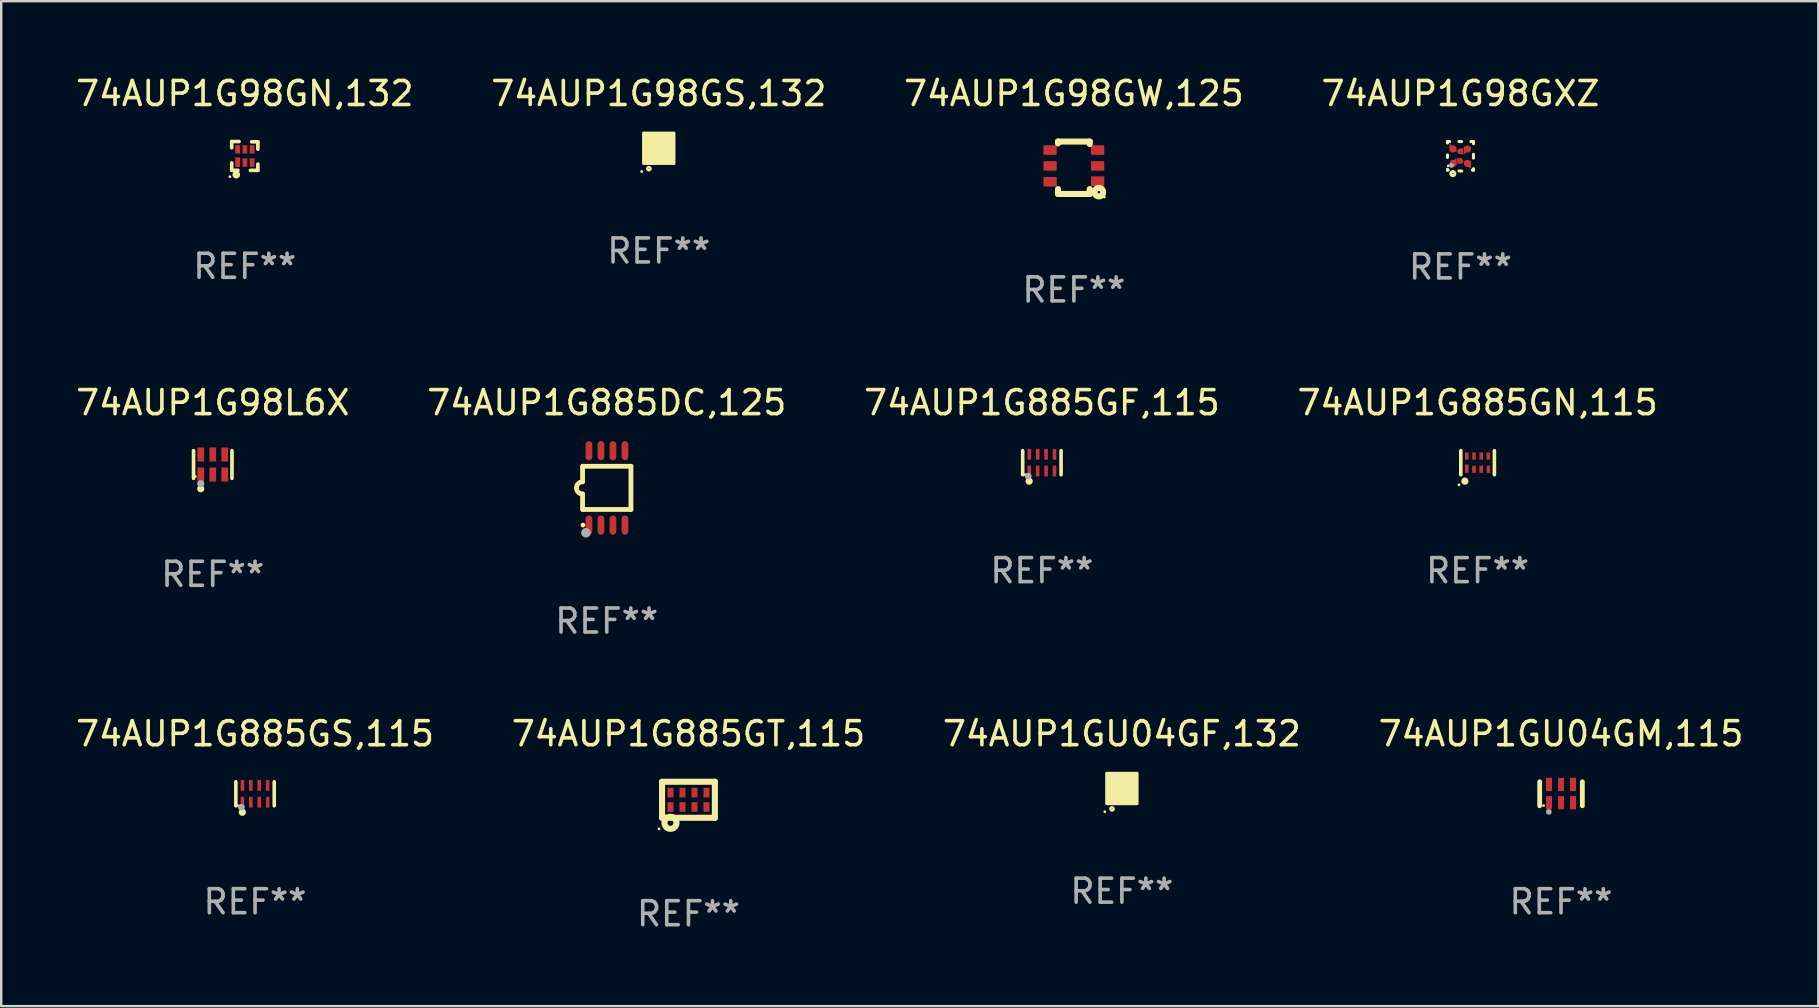
<source format=kicad_pcb>
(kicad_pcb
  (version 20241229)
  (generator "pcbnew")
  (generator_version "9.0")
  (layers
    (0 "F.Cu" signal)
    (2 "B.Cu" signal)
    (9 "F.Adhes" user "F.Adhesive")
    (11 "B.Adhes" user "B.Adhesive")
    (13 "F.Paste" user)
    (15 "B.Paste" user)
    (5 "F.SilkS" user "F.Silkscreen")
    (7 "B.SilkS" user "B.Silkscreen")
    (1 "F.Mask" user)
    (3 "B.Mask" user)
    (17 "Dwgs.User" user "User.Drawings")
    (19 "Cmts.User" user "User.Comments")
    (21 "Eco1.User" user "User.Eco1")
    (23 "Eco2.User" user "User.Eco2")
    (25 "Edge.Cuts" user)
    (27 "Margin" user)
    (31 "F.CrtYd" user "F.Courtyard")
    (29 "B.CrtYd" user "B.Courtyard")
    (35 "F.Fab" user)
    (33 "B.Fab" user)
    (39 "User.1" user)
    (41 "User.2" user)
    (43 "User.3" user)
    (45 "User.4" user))
  (footprint "74AUP1GU04GF,132"
    (layer "F.Cu")
    (at 43.696 29.805)
    (property "Reference" "74AUP1GU04GF,132" (at 0 -2.28 0) (layer "F.SilkS") (effects (font (size 1 1) (thickness 0.15))))
    (attr through_hole)
    (fp_circle (center -0.71 0.968) (end -0.68 0.968) (stroke (width 0.06) (type solid)) (fill no) (layer "F.SilkS"))
    (fp_circle (center -0.41 0.85) (end -0.342 0.85) (stroke (width 0.1) (type solid)) (fill no) (layer "F.SilkS"))
    (fp_poly (pts (xy -0.635 -0.635) (xy 0.635 -0.635) (xy 0.635 0.635) (xy -0.635 0.635)) (stroke (width 0.12) (type solid)) (fill yes) (layer "F.SilkS"))
    (fp_text user "REF**" (at 0 4.28 0) (layer "F.Fab") (effects (font (size 1 1) (thickness 0.15))))
    (pad "1" smd rect (at -0.35 0.28 90) (size 0.35 0.2) (layers "F.Cu" "F.Mask" "F.Paste"))
    (pad "2" smd rect (at 0 0.28 90) (size 0.35 0.2) (layers "F.Cu" "F.Mask" "F.Paste"))
    (pad "3" smd rect (at 0.35 0.28 90) (size 0.35 0.2) (layers "F.Cu" "F.Mask" "F.Paste"))
    (pad "4" smd rect (at 0.35 -0.28 90) (size 0.35 0.2) (layers "F.Cu" "F.Mask" "F.Paste"))
    (pad "5" smd rect (at 0 -0.28 90) (size 0.35 0.2) (layers "F.Cu" "F.Mask" "F.Paste"))
    (pad "6" smd rect (at -0.35 -0.28 90) (size 0.35 0.2) (layers "F.Cu" "F.Mask" "F.Paste")))
  (footprint "74AUP1G885DC,125"
    (layer "F.Cu")
    (at 22.232 17.279)
    (property "Reference" "74AUP1G885DC,125" (at 0 -3.55 0) (layer "F.SilkS") (effects (font (size 1 1) (thickness 0.15))))
    (attr through_hole)
    (fp_line (start -1.008 -0.254) (end -1.008 -0.9) (stroke (width 0.2) (type solid)) (layer "F.SilkS"))
    (fp_line (start -1.008 0.254) (end -1.008 0.9) (stroke (width 0.2) (type solid)) (layer "F.SilkS"))
    (fp_line (start -0.992 0.9) (end 1.008 0.9) (stroke (width 0.2) (type solid)) (layer "F.SilkS"))
    (fp_line (start 1.008 -0.9) (end -0.992 -0.9) (stroke (width 0.2) (type solid)) (layer "F.SilkS"))
    (fp_line (start 1.008 0.9) (end 1.008 -0.9) (stroke (width 0.2) (type solid)) (layer "F.SilkS"))
    (fp_arc (start -1.008001 0.254001) (mid -1.262002 0) (end -1.008001 -0.254001) (stroke (width 0.2) (type solid)) (layer "F.SilkS"))
    (fp_circle (center -0.992 1.55) (end -0.942 1.55) (stroke (width 0.1) (type solid)) (fill no) (layer "F.SilkS"))
    (fp_circle (center -0.866 1.87) (end -0.766 1.87) (stroke (width 0.2) (type solid)) (fill no) (layer "F.Fab"))
    (fp_text user "REF**" (at 0 5.55 0) (layer "F.Fab") (effects (font (size 1 1) (thickness 0.15))))
    (pad "1" smd oval (at -0.742 1.55 270) (size 0.8 0.28) (layers "F.Cu" "F.Mask" "F.Paste"))
    (pad "2" smd oval (at -0.242 1.55 270) (size 0.8 0.28) (layers "F.Cu" "F.Mask" "F.Paste"))
    (pad "3" smd oval (at 0.258 1.55 270) (size 0.8 0.28) (layers "F.Cu" "F.Mask" "F.Paste"))
    (pad "4" smd oval (at 0.758 1.55 270) (size 0.8 0.28) (layers "F.Cu" "F.Mask" "F.Paste"))
    (pad "5" smd oval (at 0.758 -1.55 270) (size 0.8 0.28) (layers "F.Cu" "F.Mask" "F.Paste"))
    (pad "6" smd oval (at 0.258 -1.55 270) (size 0.8 0.28) (layers "F.Cu" "F.Mask" "F.Paste"))
    (pad "7" smd oval (at -0.242 -1.55 270) (size 0.8 0.28) (layers "F.Cu" "F.Mask" "F.Paste"))
    (pad "8" smd oval (at -0.742 -1.55 270) (size 0.8 0.28) (layers "F.Cu" "F.Mask" "F.Paste")))
  (footprint "74AUP1G885GN,115"
    (layer "F.Cu")
    (at 58.518 16.229)
    (property "Reference" "74AUP1G885GN,115" (at 0 -2.5 0) (layer "F.SilkS") (effects (font (size 1 1) (thickness 0.15))))
    (attr through_hole)
    (fp_line (start -0.7 -0.5) (end -0.7 0.5) (stroke (width 0.15) (type solid)) (layer "F.SilkS"))
    (fp_line (start 0.7 -0.5) (end 0.7 0.5) (stroke (width 0.15) (type solid)) (layer "F.SilkS"))
    (fp_circle (center -0.775 0.922) (end -0.745 0.922) (stroke (width 0.06) (type solid)) (fill no) (layer "F.SilkS"))
    (fp_circle (center -0.53 0.77) (end -0.454 0.77) (stroke (width 0.15) (type solid)) (fill no) (layer "F.SilkS"))
    (fp_text user "REF**" (at 0 4.5 0) (layer "F.Fab") (effects (font (size 1 1) (thickness 0.15))))
    (pad "1" smd rect (at -0.45 0.25) (size 0.15 0.35) (layers "F.Cu" "F.Mask" "F.Paste"))
    (pad "2" smd rect (at -0.15 0.275) (size 0.15 0.3) (layers "F.Cu" "F.Mask" "F.Paste"))
    (pad "3" smd rect (at 0.15 0.275) (size 0.15 0.3) (layers "F.Cu" "F.Mask" "F.Paste"))
    (pad "4" smd rect (at 0.45 0.275) (size 0.15 0.3) (layers "F.Cu" "F.Mask" "F.Paste"))
    (pad "5" smd rect (at 0.45 -0.275) (size 0.15 0.3) (layers "F.Cu" "F.Mask" "F.Paste"))
    (pad "6" smd rect (at 0.15 -0.275) (size 0.15 0.3) (layers "F.Cu" "F.Mask" "F.Paste"))
    (pad "7" smd rect (at -0.15 -0.275) (size 0.15 0.3) (layers "F.Cu" "F.Mask" "F.Paste"))
    (pad "8" smd rect (at -0.45 -0.275) (size 0.15 0.3) (layers "F.Cu" "F.Mask" "F.Paste")))
  (footprint "74AUP1G885GS,115"
    (layer "F.Cu")
    (at 7.577 30.025)
    (property "Reference" "74AUP1G885GS,115" (at 0 -2.5 0) (layer "F.SilkS") (effects (font (size 1 1) (thickness 0.15))))
    (attr through_hole)
    (fp_line (start -0.8 -0.5) (end -0.8 0.5) (stroke (width 0.15) (type solid)) (layer "F.SilkS"))
    (fp_line (start 0.8 -0.5) (end 0.8 0.5) (stroke (width 0.15) (type solid)) (layer "F.SilkS"))
    (fp_circle (center -0.7 0.5) (end -0.67 0.5) (stroke (width 0.06) (type solid)) (fill no) (layer "F.SilkS"))
    (fp_circle (center -0.53 0.77) (end -0.454 0.77) (stroke (width 0.15) (type solid)) (fill no) (layer "F.SilkS"))
    (fp_circle (center -0.57 0.56) (end -0.5 0.56) (stroke (width 0.14) (type solid)) (fill no) (layer "F.Fab"))
    (fp_text user "REF**" (at 0 4.5 0) (layer "F.Fab") (effects (font (size 1 1) (thickness 0.15))))
    (pad "1" smd rect (at -0.525 0.35) (size 0.15 0.45) (layers "F.Cu" "F.Mask" "F.Paste"))
    (pad "2" smd rect (at -0.175 0.35) (size 0.15 0.45) (layers "F.Cu" "F.Mask" "F.Paste"))
    (pad "3" smd rect (at 0.175 0.35) (size 0.15 0.45) (layers "F.Cu" "F.Mask" "F.Paste"))
    (pad "4" smd rect (at 0.525 0.35) (size 0.15 0.45) (layers "F.Cu" "F.Mask" "F.Paste"))
    (pad "5" smd rect (at 0.525 -0.35) (size 0.15 0.45) (layers "F.Cu" "F.Mask" "F.Paste"))
    (pad "6" smd rect (at 0.175 -0.35) (size 0.15 0.45) (layers "F.Cu" "F.Mask" "F.Paste"))
    (pad "7" smd rect (at -0.175 -0.35) (size 0.15 0.45) (layers "F.Cu" "F.Mask" "F.Paste"))
    (pad "8" smd rect (at -0.525 -0.35) (size 0.15 0.45) (layers "F.Cu" "F.Mask" "F.Paste")))
  (footprint "74AUP1G98GN,132"
    (layer "F.Cu")
    (at 7.149 3.448)
    (property "Reference" "74AUP1G98GN,132" (at 0 -2.6 0) (layer "F.SilkS") (effects (font (size 1 1) (thickness 0.15))))
    (attr through_hole)
    (fp_line (start -0.545 -0.6) (end -0.235 -0.6) (stroke (width 0.15) (type solid)) (layer "F.SilkS"))
    (fp_line (start -0.545 -0.34) (end -0.545 -0.6) (stroke (width 0.15) (type solid)) (layer "F.SilkS"))
    (fp_line (start -0.545 0.6) (end -0.545 0.29) (stroke (width 0.15) (type solid)) (layer "F.SilkS"))
    (fp_line (start -0.285 0.6) (end -0.545 0.6) (stroke (width 0.15) (type solid)) (layer "F.SilkS"))
    (fp_line (start 0.285 -0.59) (end 0.545 -0.59) (stroke (width 0.15) (type solid)) (layer "F.SilkS"))
    (fp_line (start 0.545 -0.59) (end 0.545 -0.28) (stroke (width 0.15) (type solid)) (layer "F.SilkS"))
    (fp_line (start 0.545 0.34) (end 0.545 0.6) (stroke (width 0.15) (type solid)) (layer "F.SilkS"))
    (fp_line (start 0.545 0.6) (end 0.235 0.6) (stroke (width 0.15) (type solid)) (layer "F.SilkS"))
    (fp_circle (center -0.62 0.865) (end -0.59 0.865) (stroke (width 0.06) (type solid)) (fill no) (layer "F.SilkS"))
    (fp_circle (center -0.355 0.78) (end -0.345 0.78) (stroke (width 0.15) (type solid)) (fill no) (layer "F.SilkS"))
    (fp_text user "REF**" (at 0 4.6 0) (layer "F.Fab") (effects (font (size 1 1) (thickness 0.15))))
    (pad "1" smd rect (at -0.295 0.26) (size 0.2 0.4) (layers "F.Cu" "F.Mask" "F.Paste"))
    (pad "2" smd rect (at 0.005 0.275) (size 0.2 0.35) (layers "F.Cu" "F.Mask" "F.Paste"))
    (pad "3" smd rect (at 0.305 0.275) (size 0.2 0.35) (layers "F.Cu" "F.Mask" "F.Paste"))
    (pad "4" smd rect (at 0.305 -0.275) (size 0.2 0.35) (layers "F.Cu" "F.Mask" "F.Paste"))
    (pad "5" smd rect (at 0.005 -0.275) (size 0.2 0.35) (layers "F.Cu" "F.Mask" "F.Paste"))
    (pad "6" smd rect (at -0.295 -0.275) (size 0.2 0.35) (layers "F.Cu" "F.Mask" "F.Paste")))
  (footprint "74AUP1G885GF,115"
    (layer "F.Cu")
    (at 40.363 16.229)
    (property "Reference" "74AUP1G885GF,115" (at 0 -2.5 0) (layer "F.SilkS") (effects (font (size 1 1) (thickness 0.15))))
    (attr through_hole)
    (fp_line (start -0.8 -0.5) (end -0.8 0.5) (stroke (width 0.15) (type solid)) (layer "F.SilkS"))
    (fp_line (start 0.8 -0.5) (end 0.8 0.5) (stroke (width 0.15) (type solid)) (layer "F.SilkS"))
    (fp_circle (center -0.7 0.5) (end -0.67 0.5) (stroke (width 0.06) (type solid)) (fill no) (layer "F.SilkS"))
    (fp_circle (center -0.53 0.77) (end -0.454 0.77) (stroke (width 0.15) (type solid)) (fill no) (layer "F.SilkS"))
    (fp_circle (center -0.57 0.56) (end -0.5 0.56) (stroke (width 0.14) (type solid)) (fill no) (layer "F.Fab"))
    (fp_text user "REF**" (at 0 4.5 0) (layer "F.Fab") (effects (font (size 1 1) (thickness 0.15))))
    (pad "1" smd rect (at -0.525 0.35) (size 0.15 0.45) (layers "F.Cu" "F.Mask" "F.Paste"))
    (pad "2" smd rect (at -0.175 0.35) (size 0.15 0.45) (layers "F.Cu" "F.Mask" "F.Paste"))
    (pad "3" smd rect (at 0.175 0.35) (size 0.15 0.45) (layers "F.Cu" "F.Mask" "F.Paste"))
    (pad "4" smd rect (at 0.525 0.35) (size 0.15 0.45) (layers "F.Cu" "F.Mask" "F.Paste"))
    (pad "5" smd rect (at 0.525 -0.35) (size 0.15 0.45) (layers "F.Cu" "F.Mask" "F.Paste"))
    (pad "6" smd rect (at 0.175 -0.35) (size 0.15 0.45) (layers "F.Cu" "F.Mask" "F.Paste"))
    (pad "7" smd rect (at -0.175 -0.35) (size 0.15 0.45) (layers "F.Cu" "F.Mask" "F.Paste"))
    (pad "8" smd rect (at -0.525 -0.35) (size 0.15 0.45) (layers "F.Cu" "F.Mask" "F.Paste")))
  (footprint "74AUP1GU04GM,115"
    (layer "F.Cu")
    (at 61.994 30.025)
    (property "Reference" "74AUP1GU04GM,115" (at 0 -2.5 0) (layer "F.SilkS") (effects (font (size 1 1) (thickness 0.15))))
    (attr through_hole)
    (fp_line (start -0.889 0.5) (end -0.889 -0.5) (stroke (width 0.2) (type solid)) (layer "F.SilkS"))
    (fp_line (start 0.889 0.5) (end 0.889 -0.5) (stroke (width 0.2) (type solid)) (layer "F.SilkS"))
    (fp_circle (center -0.725 0.492) (end -0.695 0.492) (stroke (width 0.06) (type solid)) (fill no) (layer "F.SilkS"))
    (fp_circle (center -0.508 0.754) (end -0.448 0.754) (stroke (width 0.12) (type solid)) (fill no) (layer "F.Fab"))
    (fp_text user "REF**" (at 0 4.5 0) (layer "F.Fab") (effects (font (size 1 1) (thickness 0.15))))
    (pad "1" smd rect (at -0.5 0.372) (size 0.25 0.55) (layers "F.Cu" "F.Mask" "F.Paste"))
    (pad "2" smd rect (at -0.000127 0.372) (size 0.25 0.55) (layers "F.Cu" "F.Mask" "F.Paste"))
    (pad "3" smd rect (at 0.5 0.372) (size 0.25 0.55) (layers "F.Cu" "F.Mask" "F.Paste"))
    (pad "4" smd rect (at 0.5 -0.388 180) (size 0.25 0.55) (layers "F.Cu" "F.Mask" "F.Paste"))
    (pad "5" smd rect (at -0.000127 -0.388 180) (size 0.25 0.55) (layers "F.Cu" "F.Mask" "F.Paste"))
    (pad "6" smd rect (at -0.5 -0.388 180) (size 0.25 0.55) (layers "F.Cu" "F.Mask" "F.Paste")))
  (footprint "74AUP1G98GW,125"
    (layer "F.Cu")
    (at 41.696 3.94)
    (property "Reference" "74AUP1G98GW,125" (at 0 -3.092 0) (layer "F.SilkS") (effects (font (size 1 1) (thickness 0.15))))
    (attr through_hole)
    (fp_line (start -0.66 -1.092) (end -0.66 -1.016) (stroke (width 0.254) (type solid)) (layer "F.SilkS"))
    (fp_line (start -0.66 1.092) (end -0.66 0.889) (stroke (width 0.254) (type solid)) (layer "F.SilkS"))
    (fp_line (start 0.66 -1.092) (end -0.66 -1.092) (stroke (width 0.254) (type solid)) (layer "F.SilkS"))
    (fp_line (start 0.66 -0.991) (end 0.66 -1.092) (stroke (width 0.254) (type solid)) (layer "F.SilkS"))
    (fp_line (start 0.66 0.889) (end 0.66 1.092) (stroke (width 0.254) (type solid)) (layer "F.SilkS"))
    (fp_line (start 0.66 1.092) (end -0.66 1.092) (stroke (width 0.254) (type solid)) (layer "F.SilkS"))
    (fp_circle (center 1.041 1.016) (end 1.092 1.016) (stroke (width 0.254) (type solid)) (fill no) (layer "F.SilkS"))
    (fp_circle (center 1.266 1.219) (end 1.296 1.219) (stroke (width 0.06) (type solid)) (fill no) (layer "F.SilkS"))
    (fp_text user "REF**" (at 0 5.092 0) (layer "F.Fab") (effects (font (size 1 1) (thickness 0.15))))
    (pad "1" smd rect (at 0.991 0.559 270) (size 0.399 0.551) (layers "F.Cu" "F.Mask" "F.Paste"))
    (pad "2" smd rect (at 0.991 -0.076 270) (size 0.399 0.551) (layers "F.Cu" "F.Mask" "F.Paste"))
    (pad "3" smd rect (at 0.991 -0.737 270) (size 0.399 0.551) (layers "F.Cu" "F.Mask" "F.Paste"))
    (pad "4" smd rect (at -0.991 -0.737 270) (size 0.399 0.551) (layers "F.Cu" "F.Mask" "F.Paste"))
    (pad "5" smd rect (at -0.991 -0.076 270) (size 0.399 0.551) (layers "F.Cu" "F.Mask" "F.Paste"))
    (pad "6" smd rect (at -0.991 0.584 270) (size 0.399 0.551) (layers "F.Cu" "F.Mask" "F.Paste")))
  (footprint "74AUP1G98GS,132"
    (layer "F.Cu")
    (at 24.399 3.128)
    (property "Reference" "74AUP1G98GS,132" (at 0 -2.28 0) (layer "F.SilkS") (effects (font (size 1 1) (thickness 0.15))))
    (attr through_hole)
    (fp_circle (center -0.71 0.968) (end -0.68 0.968) (stroke (width 0.06) (type solid)) (fill no) (layer "F.SilkS"))
    (fp_circle (center -0.41 0.85) (end -0.342 0.85) (stroke (width 0.1) (type solid)) (fill no) (layer "F.SilkS"))
    (fp_poly (pts (xy -0.635 -0.635) (xy 0.635 -0.635) (xy 0.635 0.635) (xy -0.635 0.635)) (stroke (width 0.12) (type solid)) (fill yes) (layer "F.SilkS"))
    (fp_text user "REF**" (at 0 4.28 0) (layer "F.Fab") (effects (font (size 1 1) (thickness 0.15))))
    (pad "1" smd rect (at -0.35 0.28 90) (size 0.35 0.2) (layers "F.Cu" "F.Mask" "F.Paste"))
    (pad "2" smd rect (at 0 0.28 90) (size 0.35 0.2) (layers "F.Cu" "F.Mask" "F.Paste"))
    (pad "3" smd rect (at 0.35 0.28 90) (size 0.35 0.2) (layers "F.Cu" "F.Mask" "F.Paste"))
    (pad "4" smd rect (at 0.35 -0.28 90) (size 0.35 0.2) (layers "F.Cu" "F.Mask" "F.Paste"))
    (pad "5" smd rect (at 0 -0.28 90) (size 0.35 0.2) (layers "F.Cu" "F.Mask" "F.Paste"))
    (pad "6" smd rect (at -0.35 -0.28 90) (size 0.35 0.2) (layers "F.Cu" "F.Mask" "F.Paste")))
  (footprint "74AUP1G885GT,115"
    (layer "F.Cu")
    (at 25.637 30.275)
    (property "Reference" "74AUP1G885GT,115" (at 0 -2.75 0) (layer "F.SilkS") (effects (font (size 1 1) (thickness 0.15))))
    (attr through_hole)
    (fp_line (start -1.1 -0.75) (end -1.1 0.75) (stroke (width 0.254) (type solid)) (layer "F.SilkS"))
    (fp_line (start -1.1 -0.75) (end 1.1 -0.75) (stroke (width 0.254) (type solid)) (layer "F.SilkS"))
    (fp_line (start -1.1 0.75) (end 1.1 0.75) (stroke (width 0.254) (type solid)) (layer "F.SilkS"))
    (fp_line (start 1.1 -0.75) (end 1.1 0.75) (stroke (width 0.254) (type solid)) (layer "F.SilkS"))
    (fp_circle (center -1.227 1.211) (end -1.197 1.211) (stroke (width 0.06) (type solid)) (fill no) (layer "F.SilkS"))
    (fp_circle (center -0.75 0.96) (end -0.626 0.96) (stroke (width 0.254) (type solid)) (fill no) (layer "F.SilkS"))
    (fp_text user "REF**" (at 0 4.75 0) (layer "F.Fab") (effects (font (size 1 1) (thickness 0.15))))
    (pad "1" smd rect (at -0.75 0.3) (size 0.25 0.4) (layers "F.Cu" "F.Mask" "F.Paste"))
    (pad "2" smd rect (at -0.25 0.3) (size 0.25 0.4) (layers "F.Cu" "F.Mask" "F.Paste"))
    (pad "3" smd rect (at 0.25 0.3) (size 0.25 0.4) (layers "F.Cu" "F.Mask" "F.Paste"))
    (pad "4" smd rect (at 0.75 0.3) (size 0.25 0.4) (layers "F.Cu" "F.Mask" "F.Paste"))
    (pad "5" smd rect (at 0.75 -0.3) (size 0.25 0.4) (layers "F.Cu" "F.Mask" "F.Paste"))
    (pad "6" smd rect (at 0.25 -0.3) (size 0.25 0.4) (layers "F.Cu" "F.Mask" "F.Paste"))
    (pad "7" smd rect (at -0.25 -0.3) (size 0.25 0.4) (layers "F.Cu" "F.Mask" "F.Paste"))
    (pad "8" smd rect (at -0.75 -0.3) (size 0.25 0.4) (layers "F.Cu" "F.Mask" "F.Paste")))
  (footprint "74AUP1G98L6X"
    (layer "F.Cu")
    (at 5.815 16.305)
    (property "Reference" "74AUP1G98L6X" (at 0 -2.576 0) (layer "F.SilkS") (effects (font (size 1 1) (thickness 0.15))))
    (attr through_hole)
    (fp_line (start -0.801 0.576) (end -0.801 -0.576) (stroke (width 0.152) (type solid)) (layer "F.SilkS"))
    (fp_line (start 0.801 0.576) (end 0.801 -0.576) (stroke (width 0.152) (type solid)) (layer "F.SilkS"))
    (fp_circle (center -0.725 0.5) (end -0.695 0.5) (stroke (width 0.06) (type solid)) (fill no) (layer "F.SilkS"))
    (fp_circle (center -0.5 1.01) (end -0.425 1.01) (stroke (width 0.15) (type solid)) (fill no) (layer "F.SilkS"))
    (fp_circle (center -0.5 0.8) (end -0.425 0.8) (stroke (width 0.15) (type solid)) (fill no) (layer "F.Fab"))
    (fp_text user "REF**" (at 0 4.576 0) (layer "F.Fab") (effects (font (size 1 1) (thickness 0.15))))
    (pad "1" smd rect (at -0.5 0.418) (size 0.28 0.585) (layers "F.Cu" "F.Mask" "F.Paste"))
    (pad "2" smd rect (at 0 0.418) (size 0.28 0.585) (layers "F.Cu" "F.Mask" "F.Paste"))
    (pad "3" smd rect (at 0.5 0.418) (size 0.28 0.585) (layers "F.Cu" "F.Mask" "F.Paste"))
    (pad "4" smd rect (at 0.5 -0.418) (size 0.28 0.585) (layers "F.Cu" "F.Mask" "F.Paste"))
    (pad "5" smd rect (at 0 -0.418) (size 0.28 0.585) (layers "F.Cu" "F.Mask" "F.Paste"))
    (pad "6" smd rect (at -0.5 -0.418) (size 0.28 0.585) (layers "F.Cu" "F.Mask" "F.Paste")))
  (footprint "74AUP1G98GXZ"
    (layer "F.Cu")
    (at 57.804 3.461)
    (property "Reference" "74AUP1G98GXZ" (at 0 -2.613 0) (layer "F.SilkS") (effects (font (size 1 1) (thickness 0.15))))
    (attr through_hole)
    (fp_line (start -0.542 -0.613) (end -0.451 -0.613) (stroke (width 0.127) (type solid)) (layer "F.SilkS"))
    (fp_line (start -0.542 -0.55) (end -0.542 -0.613) (stroke (width 0.127) (type solid)) (layer "F.SilkS"))
    (fp_line (start -0.542 0.05) (end -0.542 -0.055) (stroke (width 0.127) (type solid)) (layer "F.SilkS"))
    (fp_line (start -0.542 0.577) (end -0.542 0.545) (stroke (width 0.127) (type solid)) (layer "F.SilkS"))
    (fp_line (start -0.512 0.577) (end -0.542 0.577) (stroke (width 0.127) (type solid)) (layer "F.SilkS"))
    (fp_line (start -0.064 -0.613) (end 0.049 -0.613) (stroke (width 0.127) (type solid)) (layer "F.SilkS"))
    (fp_line (start -0.062 0.613) (end 0.051 0.613) (stroke (width 0.127) (type solid)) (layer "F.SilkS"))
    (fp_line (start 0.436 -0.613) (end 0.542 -0.613) (stroke (width 0.127) (type solid)) (layer "F.SilkS"))
    (fp_line (start 0.542 -0.613) (end 0.542 -0.524) (stroke (width 0.127) (type solid)) (layer "F.SilkS"))
    (fp_line (start 0.542 -0.081) (end 0.542 0.076) (stroke (width 0.127) (type solid)) (layer "F.SilkS"))
    (fp_line (start 0.542 0.519) (end 0.542 0.577) (stroke (width 0.127) (type solid)) (layer "F.SilkS"))
    (fp_line (start 0.542 0.577) (end 0.497 0.577) (stroke (width 0.127) (type solid)) (layer "F.SilkS"))
    (fp_circle (center -0.508 0.397) (end -0.478 0.397) (stroke (width 0.06) (type solid)) (fill no) (layer "F.SilkS"))
    (fp_circle (center -0.317 0.723) (end -0.296 0.723) (stroke (width 0.127) (type solid)) (fill no) (layer "F.SilkS"))
    (fp_circle (center -0.373 0.382) (end -0.322 0.382) (stroke (width 0.1) (type solid)) (fill no) (layer "F.Fab"))
    (fp_text user "REF**" (at 0 4.613 0) (layer "F.Fab") (effects (font (size 1 1) (thickness 0.15))))
    (pad "1" smd custom (at -0.308 0.298 90) (size 0.3 0.3) (layers "F.Cu" "F.Mask" "F.Paste") (options (anchor circle)) (primitives (gr_poly (pts (xy -0.1 0.15) (xy 0.2 0.15) (xy 0.2 0.1) (xy -0.05 -0.15) (xy -0.1 -0.15)) (width 0) (fill yes))))
    (pad "2" smd custom (at -0.008 0.197 90) (size 0.25 0.3) (layers "F.Cu" "F.Mask" "F.Paste") (options (anchor circle)) (primitives (gr_poly (pts (xy -0.15 -0.125) (xy 0.15 -0.125) (xy 0.000076 0.125)) (width 0) (fill yes))))
    (pad "3" smd custom (at 0.292 0.298 90) (size 0.3 0.3) (layers "F.Cu" "F.Mask" "F.Paste") (options (anchor circle)) (primitives (gr_poly (pts (xy 0.1 0.15) (xy 0.1 -0.15) (xy 0.05 -0.15) (xy -0.2 0.1) (xy -0.2 0.15)) (width 0) (fill yes))))
    (pad "4" smd custom (at 0.292 -0.302 90) (size 0.3 0.3) (layers "F.Cu" "F.Mask" "F.Paste") (options (anchor circle)) (primitives (gr_poly (pts (xy 0.1 -0.15) (xy -0.2 -0.15) (xy -0.2 -0.1) (xy 0.05 0.15) (xy 0.1 0.15)) (width 0) (fill yes))))
    (pad "5" smd custom (at -0.008 -0.202 90) (size 0.25 0.3) (layers "F.Cu" "F.Mask" "F.Paste") (options (anchor circle)) (primitives (gr_poly (pts (xy -0.15 0.125) (xy 0.15 0.125) (xy 0.000051 -0.125)) (width 0) (fill yes))))
    (pad "6" smd custom (at -0.308 -0.302 90) (size 0.3 0.3) (layers "F.Cu" "F.Mask" "F.Paste") (options (anchor circle)) (primitives (gr_poly (pts (xy -0.1 -0.15) (xy 0.2 -0.15) (xy 0.2 -0.1) (xy -0.05 0.15) (xy -0.1 0.15)) (width 0) (fill yes)))))
  (gr_rect
    (start -3 -3)
    (end 72.714 38.874)
    (stroke (width 0.1) (type default))
    (fill no)
    (layer "Edge.Cuts")))
</source>
